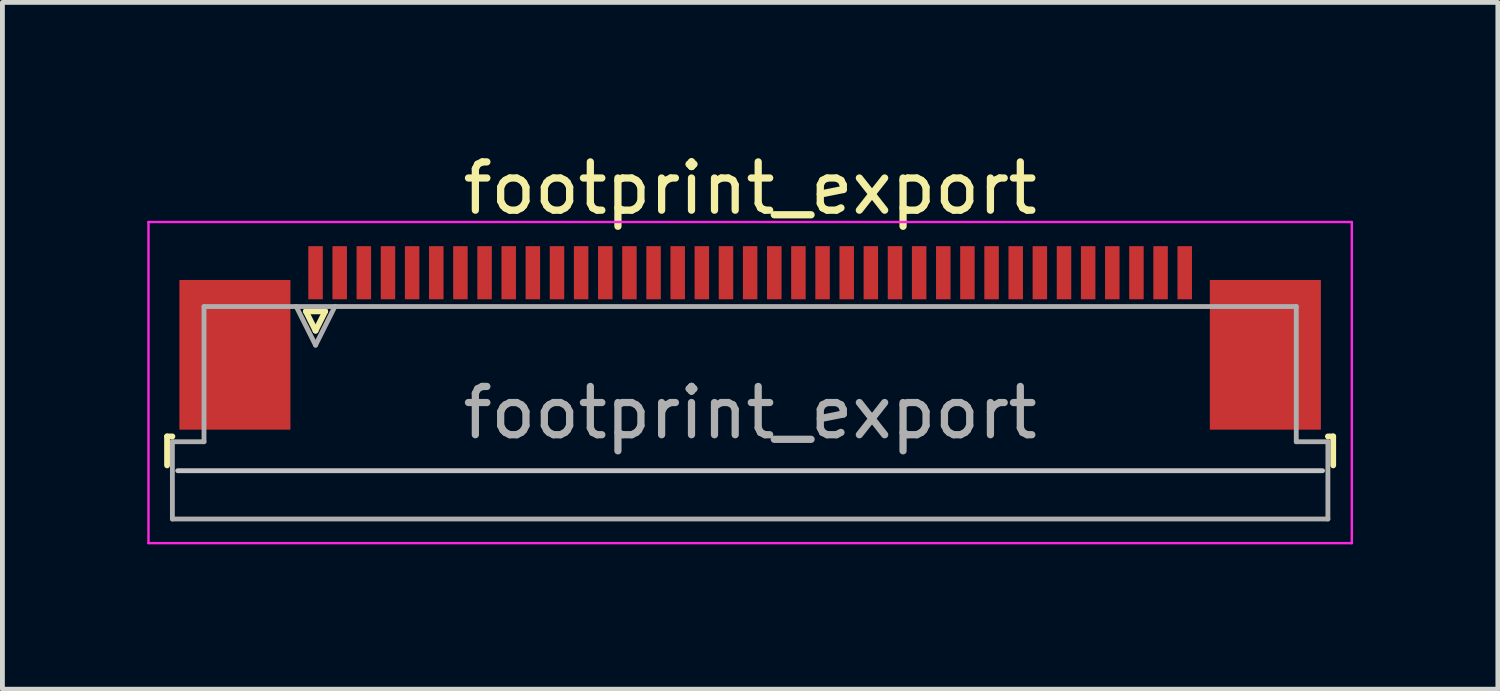
<source format=kicad_pcb>
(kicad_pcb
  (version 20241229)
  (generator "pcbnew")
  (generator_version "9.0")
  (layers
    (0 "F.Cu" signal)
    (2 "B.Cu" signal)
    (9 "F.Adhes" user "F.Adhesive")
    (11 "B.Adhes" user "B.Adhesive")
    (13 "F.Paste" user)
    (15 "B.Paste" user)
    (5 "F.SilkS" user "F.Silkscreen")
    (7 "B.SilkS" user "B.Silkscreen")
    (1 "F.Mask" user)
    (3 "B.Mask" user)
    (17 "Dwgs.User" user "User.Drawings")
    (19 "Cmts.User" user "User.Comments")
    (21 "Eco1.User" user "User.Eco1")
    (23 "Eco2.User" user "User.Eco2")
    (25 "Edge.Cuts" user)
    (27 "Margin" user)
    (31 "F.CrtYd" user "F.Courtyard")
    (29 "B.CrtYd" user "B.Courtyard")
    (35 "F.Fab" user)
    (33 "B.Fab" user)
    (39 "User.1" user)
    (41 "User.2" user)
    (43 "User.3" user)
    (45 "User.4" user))
  (footprint "footprint_export"
    (layer "F.Cu")
    (at 12.485 3.948)
    (property "Reference" "footprint_export" (at 0 -3.1 0) (layer "F.SilkS") (effects (font (size 1 1) (thickness 0.15))))
    (attr smd)
    (fp_line (start -12.075 2.04) (end -12.075 2.64) (stroke (width 0.12) (type solid)) (layer "F.SilkS"))
    (fp_line (start -11.965 2.04) (end -12.075 2.04) (stroke (width 0.12) (type solid)) (layer "F.SilkS"))
    (fp_line (start -9.2 -0.55) (end -9 -0.15) (stroke (width 0.12) (type solid)) (layer "F.SilkS"))
    (fp_line (start -9 -0.15) (end -8.8 -0.55) (stroke (width 0.12) (type solid)) (layer "F.SilkS"))
    (fp_line (start -8.8 -0.55) (end -9.2 -0.55) (stroke (width 0.12) (type solid)) (layer "F.SilkS"))
    (fp_line (start 11.965 2.04) (end 12.075 2.04) (stroke (width 0.12) (type solid)) (layer "F.SilkS"))
    (fp_line (start 12.075 2.04) (end 12.075 2.64) (stroke (width 0.12) (type solid)) (layer "F.SilkS"))
    (fp_line (start 11.855 2.75) (end -11.855 2.75) (stroke (width 0.1) (type solid)) (layer "Dwgs.User"))
    (fp_line (start -12.46 -2.4) (end -12.46 4.25) (stroke (width 0.05) (type solid)) (layer "F.CrtYd"))
    (fp_line (start -12.46 4.25) (end 12.46 4.25) (stroke (width 0.05) (type solid)) (layer "F.CrtYd"))
    (fp_line (start 12.46 -2.4) (end -12.46 -2.4) (stroke (width 0.05) (type solid)) (layer "F.CrtYd"))
    (fp_line (start 12.46 4.25) (end 12.46 -2.4) (stroke (width 0.05) (type solid)) (layer "F.CrtYd"))
    (fp_line (start -11.965 2.15) (end -11.31 2.15) (stroke (width 0.1) (type solid)) (layer "F.Fab"))
    (fp_line (start -11.965 3.75) (end -11.965 2.15) (stroke (width 0.1) (type solid)) (layer "F.Fab"))
    (fp_line (start -11.31 -0.65) (end 11.31 -0.65) (stroke (width 0.1) (type solid)) (layer "F.Fab"))
    (fp_line (start -11.31 2.15) (end -11.31 -0.65) (stroke (width 0.1) (type solid)) (layer "F.Fab"))
    (fp_line (start -9.4 -0.65) (end -9 0.15) (stroke (width 0.1) (type solid)) (layer "F.Fab"))
    (fp_line (start -9 0.15) (end -8.6 -0.65) (stroke (width 0.1) (type solid)) (layer "F.Fab"))
    (fp_line (start 11.31 -0.65) (end 11.31 2.15) (stroke (width 0.1) (type solid)) (layer "F.Fab"))
    (fp_line (start 11.31 2.15) (end 11.965 2.15) (stroke (width 0.1) (type solid)) (layer "F.Fab"))
    (fp_line (start 11.965 2.15) (end 11.965 3.75) (stroke (width 0.1) (type solid)) (layer "F.Fab"))
    (fp_line (start 11.965 3.75) (end -11.965 3.75) (stroke (width 0.1) (type solid)) (layer "F.Fab"))
    (fp_text user "${REFERENCE}" (at 0 1.55 0) (layer "F.Fab") (effects (font (size 1 1) (thickness 0.15))))
    (pad "1" smd rect (at -9 -1.35) (size 0.3 1.1) (layers "F.Cu" "F.Mask" "F.Paste"))
    (pad "2" smd rect (at -8.5 -1.35) (size 0.3 1.1) (layers "F.Cu" "F.Mask" "F.Paste"))
    (pad "3" smd rect (at -8 -1.35) (size 0.3 1.1) (layers "F.Cu" "F.Mask" "F.Paste"))
    (pad "4" smd rect (at -7.5 -1.35) (size 0.3 1.1) (layers "F.Cu" "F.Mask" "F.Paste"))
    (pad "5" smd rect (at -7 -1.35) (size 0.3 1.1) (layers "F.Cu" "F.Mask" "F.Paste"))
    (pad "6" smd rect (at -6.5 -1.35) (size 0.3 1.1) (layers "F.Cu" "F.Mask" "F.Paste"))
    (pad "7" smd rect (at -6 -1.35) (size 0.3 1.1) (layers "F.Cu" "F.Mask" "F.Paste"))
    (pad "8" smd rect (at -5.5 -1.35) (size 0.3 1.1) (layers "F.Cu" "F.Mask" "F.Paste"))
    (pad "9" smd rect (at -5 -1.35) (size 0.3 1.1) (layers "F.Cu" "F.Mask" "F.Paste"))
    (pad "10" smd rect (at -4.5 -1.35) (size 0.3 1.1) (layers "F.Cu" "F.Mask" "F.Paste"))
    (pad "11" smd rect (at -4 -1.35) (size 0.3 1.1) (layers "F.Cu" "F.Mask" "F.Paste"))
    (pad "12" smd rect (at -3.5 -1.35) (size 0.3 1.1) (layers "F.Cu" "F.Mask" "F.Paste"))
    (pad "13" smd rect (at -3 -1.35) (size 0.3 1.1) (layers "F.Cu" "F.Mask" "F.Paste"))
    (pad "14" smd rect (at -2.5 -1.35) (size 0.3 1.1) (layers "F.Cu" "F.Mask" "F.Paste"))
    (pad "15" smd rect (at -2 -1.35) (size 0.3 1.1) (layers "F.Cu" "F.Mask" "F.Paste"))
    (pad "16" smd rect (at -1.5 -1.35) (size 0.3 1.1) (layers "F.Cu" "F.Mask" "F.Paste"))
    (pad "17" smd rect (at -1 -1.35) (size 0.3 1.1) (layers "F.Cu" "F.Mask" "F.Paste"))
    (pad "18" smd rect (at -0.5 -1.35) (size 0.3 1.1) (layers "F.Cu" "F.Mask" "F.Paste"))
    (pad "19" smd rect (at 0 -1.35) (size 0.3 1.1) (layers "F.Cu" "F.Mask" "F.Paste"))
    (pad "20" smd rect (at 0.5 -1.35) (size 0.3 1.1) (layers "F.Cu" "F.Mask" "F.Paste"))
    (pad "21" smd rect (at 1 -1.35) (size 0.3 1.1) (layers "F.Cu" "F.Mask" "F.Paste"))
    (pad "22" smd rect (at 1.5 -1.35) (size 0.3 1.1) (layers "F.Cu" "F.Mask" "F.Paste"))
    (pad "23" smd rect (at 2 -1.35) (size 0.3 1.1) (layers "F.Cu" "F.Mask" "F.Paste"))
    (pad "24" smd rect (at 2.5 -1.35) (size 0.3 1.1) (layers "F.Cu" "F.Mask" "F.Paste"))
    (pad "25" smd rect (at 3 -1.35) (size 0.3 1.1) (layers "F.Cu" "F.Mask" "F.Paste"))
    (pad "26" smd rect (at 3.5 -1.35) (size 0.3 1.1) (layers "F.Cu" "F.Mask" "F.Paste"))
    (pad "27" smd rect (at 4 -1.35) (size 0.3 1.1) (layers "F.Cu" "F.Mask" "F.Paste"))
    (pad "28" smd rect (at 4.5 -1.35) (size 0.3 1.1) (layers "F.Cu" "F.Mask" "F.Paste"))
    (pad "29" smd rect (at 5 -1.35) (size 0.3 1.1) (layers "F.Cu" "F.Mask" "F.Paste"))
    (pad "30" smd rect (at 5.5 -1.35) (size 0.3 1.1) (layers "F.Cu" "F.Mask" "F.Paste"))
    (pad "31" smd rect (at 6 -1.35) (size 0.3 1.1) (layers "F.Cu" "F.Mask" "F.Paste"))
    (pad "32" smd rect (at 6.5 -1.35) (size 0.3 1.1) (layers "F.Cu" "F.Mask" "F.Paste"))
    (pad "33" smd rect (at 7 -1.35) (size 0.3 1.1) (layers "F.Cu" "F.Mask" "F.Paste"))
    (pad "34" smd rect (at 7.5 -1.35) (size 0.3 1.1) (layers "F.Cu" "F.Mask" "F.Paste"))
    (pad "35" smd rect (at 8 -1.35) (size 0.3 1.1) (layers "F.Cu" "F.Mask" "F.Paste"))
    (pad "36" smd rect (at 8.5 -1.35) (size 0.3 1.1) (layers "F.Cu" "F.Mask" "F.Paste"))
    (pad "37" smd rect (at 9 -1.35) (size 0.3 1.1) (layers "F.Cu" "F.Mask" "F.Paste"))
    (pad "MP" smd rect (at -10.67 0.35) (size 2.3 3.1) (layers "F.Cu" "F.Mask" "F.Paste"))
    (pad "MP" smd rect (at 10.67 0.35) (size 2.3 3.1) (layers "F.Cu" "F.Mask" "F.Paste")))
  (gr_rect
    (start -3 -3)
    (end 27.97 11.223)
    (stroke (width 0.1) (type default))
    (fill no)
    (layer "Edge.Cuts")))
</source>
